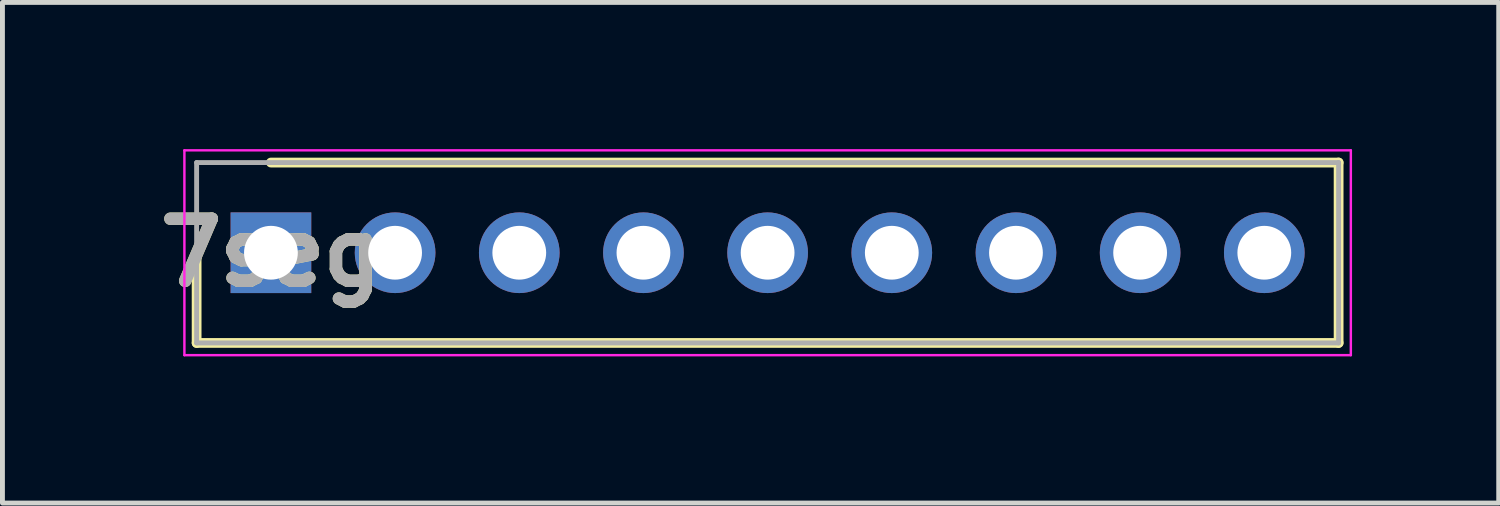
<source format=kicad_pcb>
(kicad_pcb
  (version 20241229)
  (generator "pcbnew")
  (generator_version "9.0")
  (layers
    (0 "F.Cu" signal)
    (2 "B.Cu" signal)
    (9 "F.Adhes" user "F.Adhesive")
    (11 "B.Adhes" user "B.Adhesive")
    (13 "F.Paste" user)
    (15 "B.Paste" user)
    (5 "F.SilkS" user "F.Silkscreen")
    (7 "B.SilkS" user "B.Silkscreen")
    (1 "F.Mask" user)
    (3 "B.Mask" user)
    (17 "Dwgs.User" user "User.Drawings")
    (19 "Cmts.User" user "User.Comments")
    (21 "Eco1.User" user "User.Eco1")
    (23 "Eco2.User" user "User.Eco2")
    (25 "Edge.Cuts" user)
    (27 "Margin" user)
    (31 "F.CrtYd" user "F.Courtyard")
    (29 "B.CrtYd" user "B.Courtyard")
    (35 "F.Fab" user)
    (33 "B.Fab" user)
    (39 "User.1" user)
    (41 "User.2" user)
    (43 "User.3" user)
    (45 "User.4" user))
  (footprint "7seg"
    (layer "F.Cu")
    (at 2.492 2.12)
    (property "Reference" "7seg" (at 0 0 0) (layer "F.SilkS") (effects (font (size 1.27 1.27) (thickness 0.254))))
    (attr through_hole)
    (fp_line (start -1.52 0) (end -1.52 1.845) (stroke (width 0.2) (type solid)) (layer "F.SilkS"))
    (fp_line (start -1.52 1.845) (end 21.84 1.845) (stroke (width 0.2) (type solid)) (layer "F.SilkS"))
    (fp_line (start 21.84 -1.845) (end 0 -1.845) (stroke (width 0.2) (type solid)) (layer "F.SilkS"))
    (fp_line (start 21.84 1.845) (end 21.84 -1.845) (stroke (width 0.2) (type solid)) (layer "F.SilkS"))
    (fp_line (start -1.77 -2.095) (end 22.09 -2.095) (stroke (width 0.05) (type solid)) (layer "F.CrtYd"))
    (fp_line (start -1.77 2.095) (end -1.77 -2.095) (stroke (width 0.05) (type solid)) (layer "F.CrtYd"))
    (fp_line (start 22.09 -2.095) (end 22.09 2.095) (stroke (width 0.05) (type solid)) (layer "F.CrtYd"))
    (fp_line (start 22.09 2.095) (end -1.77 2.095) (stroke (width 0.05) (type solid)) (layer "F.CrtYd"))
    (fp_line (start -1.52 -1.845) (end 21.84 -1.845) (stroke (width 0.1) (type solid)) (layer "F.Fab"))
    (fp_line (start -1.52 1.845) (end -1.52 -1.845) (stroke (width 0.1) (type solid)) (layer "F.Fab"))
    (fp_line (start 21.84 -1.845) (end 21.84 1.845) (stroke (width 0.1) (type solid)) (layer "F.Fab"))
    (fp_line (start 21.84 1.845) (end -1.52 1.845) (stroke (width 0.1) (type solid)) (layer "F.Fab"))
    (fp_text user "${REFERENCE}" (at 0 0 0) (layer "F.Fab") (effects (font (size 1.27 1.27) (thickness 0.254))))
    (pad "1" thru_hole rect (at 0 0) (size 1.65 1.65) (drill 1.1) (layers "*.Cu" "*.Mask"))
    (pad "2" thru_hole circle (at 2.54 0) (size 1.65 1.65) (drill 1.1) (layers "*.Cu" "*.Mask"))
    (pad "3" thru_hole circle (at 5.08 0) (size 1.65 1.65) (drill 1.1) (layers "*.Cu" "*.Mask"))
    (pad "4" thru_hole circle (at 7.62 0) (size 1.65 1.65) (drill 1.1) (layers "*.Cu" "*.Mask"))
    (pad "5" thru_hole circle (at 10.16 0) (size 1.65 1.65) (drill 1.1) (layers "*.Cu" "*.Mask"))
    (pad "6" thru_hole circle (at 12.7 0) (size 1.65 1.65) (drill 1.1) (layers "*.Cu" "*.Mask"))
    (pad "7" thru_hole circle (at 15.24 0) (size 1.65 1.65) (drill 1.1) (layers "*.Cu" "*.Mask"))
    (pad "8" thru_hole circle (at 17.78 0) (size 1.65 1.65) (drill 1.1) (layers "*.Cu" "*.Mask"))
    (pad "9" thru_hole circle (at 20.32 0) (size 1.65 1.65) (drill 1.1) (layers "*.Cu" "*.Mask")))
  (gr_rect
    (start -3 -3)
    (end 27.607 7.24)
    (stroke (width 0.1) (type default))
    (fill no)
    (layer "Edge.Cuts")))
</source>
